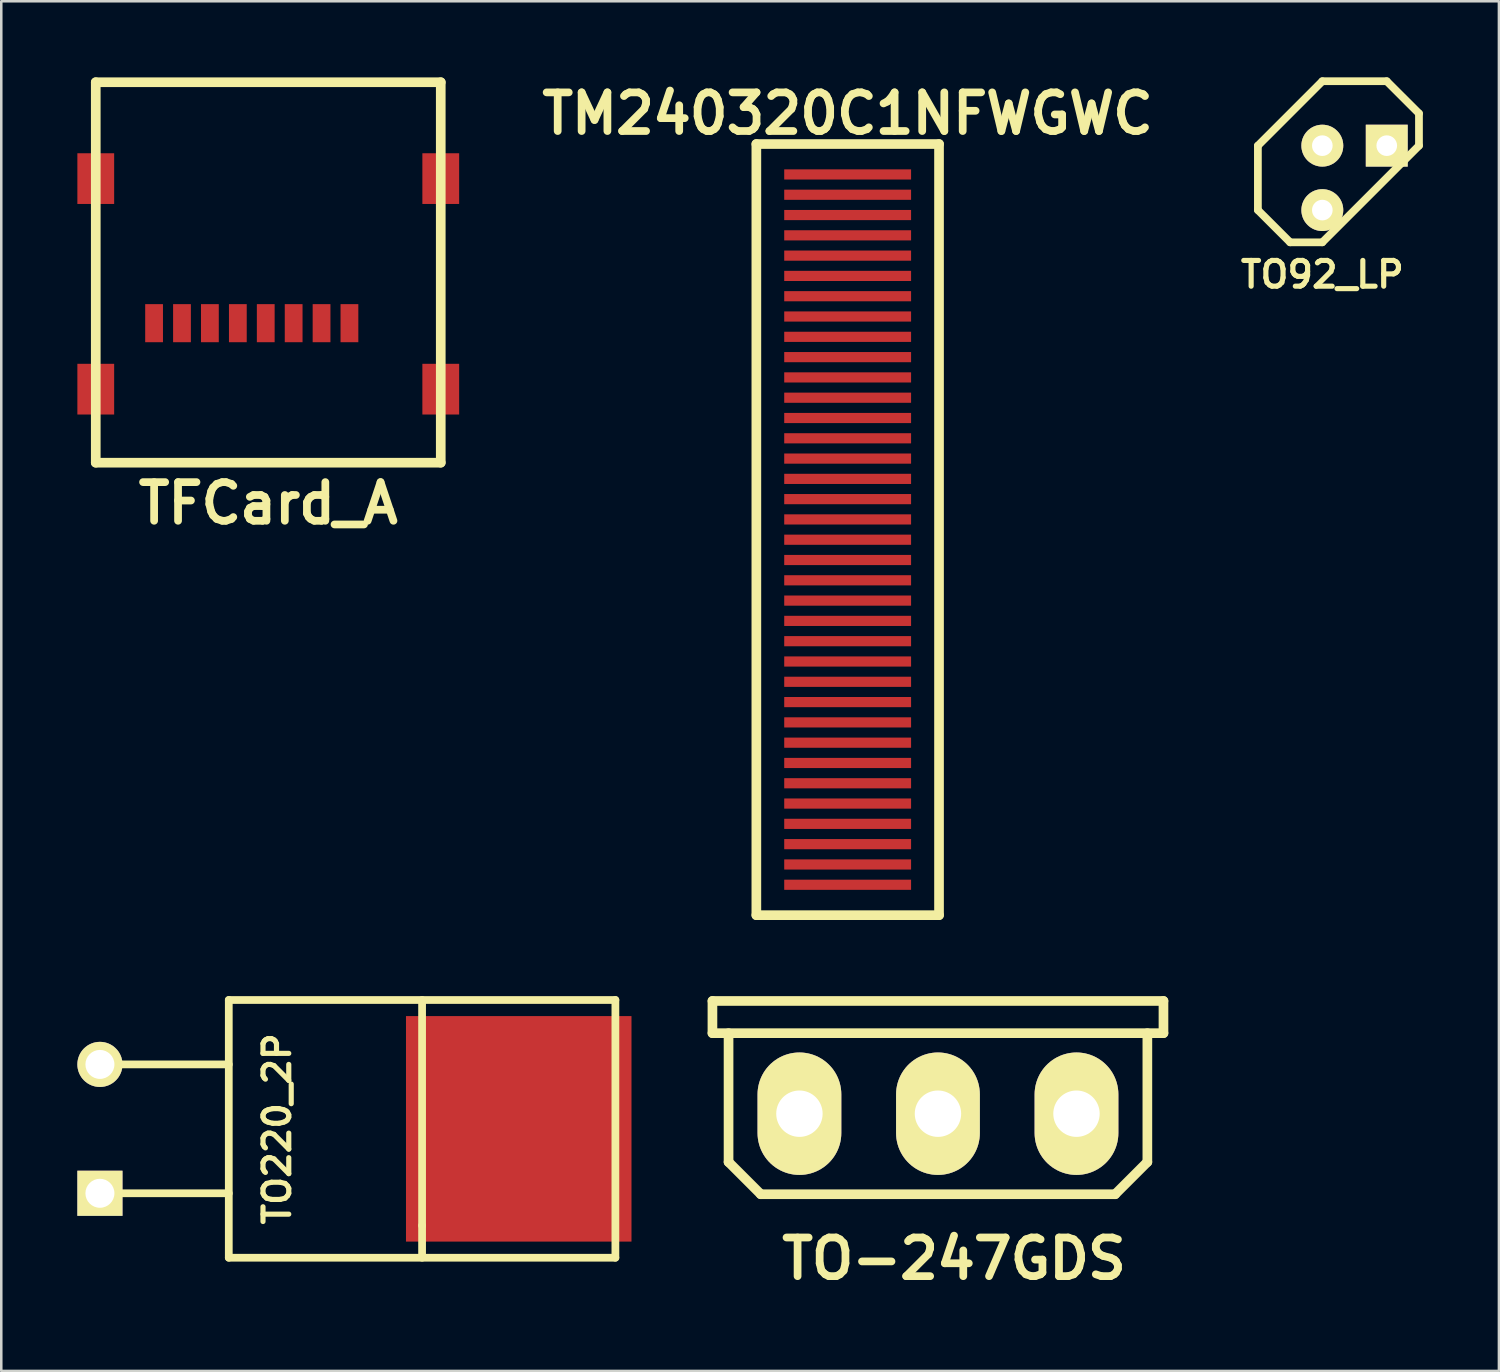
<source format=kicad_pcb>
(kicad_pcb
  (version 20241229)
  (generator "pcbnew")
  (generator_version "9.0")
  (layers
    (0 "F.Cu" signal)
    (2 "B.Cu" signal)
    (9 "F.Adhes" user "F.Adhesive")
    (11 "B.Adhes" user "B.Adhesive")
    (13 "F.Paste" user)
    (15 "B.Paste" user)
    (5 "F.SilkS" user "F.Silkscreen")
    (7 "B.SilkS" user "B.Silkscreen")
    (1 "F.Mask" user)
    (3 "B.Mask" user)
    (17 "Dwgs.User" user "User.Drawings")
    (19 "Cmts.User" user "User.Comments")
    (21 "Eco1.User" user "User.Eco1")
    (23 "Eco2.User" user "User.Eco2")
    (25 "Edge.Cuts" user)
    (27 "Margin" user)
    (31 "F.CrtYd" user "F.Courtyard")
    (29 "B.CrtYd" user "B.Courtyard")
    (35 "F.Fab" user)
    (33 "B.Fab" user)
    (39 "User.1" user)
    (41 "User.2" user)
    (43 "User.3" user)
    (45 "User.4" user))
  (footprint "TO92_LP"
    (layer "F.Cu")
    (at 50.347 3.962)
    (property "Reference" "TO92_LP" (at -1.27 3.81 0) (layer "F.SilkS") (effects (font (size 1.016 1.016) (thickness 0.203))))
    (attr through_hole)
    (fp_line (start -3.81 -1.27) (end -3.81 1.27) (stroke (width 0.305) (type solid)) (layer "F.SilkS"))
    (fp_line (start -3.81 1.27) (end -2.54 2.54) (stroke (width 0.305) (type solid)) (layer "F.SilkS"))
    (fp_line (start -2.54 2.54) (end -1.27 2.54) (stroke (width 0.305) (type solid)) (layer "F.SilkS"))
    (fp_line (start -1.27 -3.81) (end -3.81 -1.27) (stroke (width 0.305) (type solid)) (layer "F.SilkS"))
    (fp_line (start -1.27 2.54) (end 2.54 -1.27) (stroke (width 0.305) (type solid)) (layer "F.SilkS"))
    (fp_line (start 1.27 -3.81) (end -1.27 -3.81) (stroke (width 0.305) (type solid)) (layer "F.SilkS"))
    (fp_line (start 2.54 -2.54) (end 1.27 -3.81) (stroke (width 0.305) (type solid)) (layer "F.SilkS"))
    (fp_line (start 2.54 -1.27) (end 2.54 -2.54) (stroke (width 0.305) (type solid)) (layer "F.SilkS"))
    (pad "1" thru_hole rect (at 1.27 -1.27) (size 1.651 1.651) (drill 0.813) (layers "*.Cu" "*.Mask" "F.SilkS"))
    (pad "2" thru_hole circle (at -1.27 -1.27) (size 1.651 1.651) (drill 0.813) (layers "*.Cu" "*.Mask" "F.SilkS"))
    (pad "3" thru_hole circle (at -1.27 1.27) (size 1.651 1.651) (drill 0.813) (layers "*.Cu" "*.Mask" "F.SilkS")))
  (footprint "TO-247GDS"
    (layer "F.Cu")
    (at 33.925 40.853)
    (property "Reference" "TO-247GDS" (at 0.635 5.715 0) (layer "F.SilkS") (effects (font (size 1.524 1.524) (thickness 0.305))))
    (attr through_hole)
    (fp_line (start -8.89 -4.445) (end 8.89 -4.445) (stroke (width 0.381) (type solid)) (layer "F.SilkS"))
    (fp_line (start -8.89 -3.175) (end -8.89 -4.445) (stroke (width 0.381) (type solid)) (layer "F.SilkS"))
    (fp_line (start -8.89 -3.175) (end 8.89 -3.175) (stroke (width 0.381) (type solid)) (layer "F.SilkS"))
    (fp_line (start -8.255 1.905) (end -8.255 -3.175) (stroke (width 0.381) (type solid)) (layer "F.SilkS"))
    (fp_line (start -6.985 3.175) (end -8.255 1.905) (stroke (width 0.381) (type solid)) (layer "F.SilkS"))
    (fp_line (start 6.985 3.175) (end -6.985 3.175) (stroke (width 0.381) (type solid)) (layer "F.SilkS"))
    (fp_line (start 8.255 -3.175) (end 8.255 1.905) (stroke (width 0.381) (type solid)) (layer "F.SilkS"))
    (fp_line (start 8.255 1.905) (end 6.985 3.175) (stroke (width 0.381) (type solid)) (layer "F.SilkS"))
    (fp_line (start 8.89 -4.445) (end 8.89 -3.175) (stroke (width 0.381) (type solid)) (layer "F.SilkS"))
    (pad "D" thru_hole oval (at 0 0) (size 3.302 4.826) (drill 1.829) (layers "*.Cu" "*.Mask" "F.SilkS"))
    (pad "G" thru_hole oval (at -5.461 0) (size 3.302 4.826) (drill 1.829) (layers "*.Cu" "*.Mask" "F.SilkS"))
    (pad "S" thru_hole oval (at 5.461 0) (size 3.302 4.826) (drill 1.829) (layers "*.Cu" "*.Mask" "F.SilkS")))
  (footprint "TFCard_A"
    (layer "F.Cu")
    (at 7.525 9.99)
    (property "Reference" "TFCard_A" (at 0 6.8 0) (layer "F.SilkS") (effects (font (size 1.524 1.524) (thickness 0.305))))
    (attr through_hole)
    (fp_line (start -6.8 -9.799) (end 6.8 -9.799) (stroke (width 0.381) (type solid)) (layer "F.SilkS"))
    (fp_line (start -6.8 5.199) (end -6.8 -9.799) (stroke (width 0.381) (type solid)) (layer "F.SilkS"))
    (fp_line (start 6.8 -9.799) (end 6.8 5.199) (stroke (width 0.381) (type solid)) (layer "F.SilkS"))
    (fp_line (start 6.8 5.199) (end -6.8 5.199) (stroke (width 0.381) (type solid)) (layer "F.SilkS"))
    (pad "1" smd rect (at 3.2 -0.3) (size 0.701 1.501) (layers "F.Cu" "F.Mask" "F.Paste"))
    (pad "2" smd rect (at 2.101 -0.3) (size 0.701 1.501) (layers "F.Cu" "F.Mask" "F.Paste"))
    (pad "3" smd rect (at 1.001 -0.3) (size 0.701 1.501) (layers "F.Cu" "F.Mask" "F.Paste"))
    (pad "4" smd rect (at -0.099 -0.3) (size 0.701 1.501) (layers "F.Cu" "F.Mask" "F.Paste"))
    (pad "5" smd rect (at -1.199 -0.3) (size 0.701 1.501) (layers "F.Cu" "F.Mask" "F.Paste"))
    (pad "6" smd rect (at -2.301 -0.3) (size 0.701 1.501) (layers "F.Cu" "F.Mask" "F.Paste"))
    (pad "7" smd rect (at -3.401 -0.3) (size 0.701 1.501) (layers "F.Cu" "F.Mask" "F.Paste"))
    (pad "8" smd rect (at -4.501 -0.3) (size 0.701 1.501) (layers "F.Cu" "F.Mask" "F.Paste"))
    (pad "A" smd rect (at -6.8 -5.999) (size 1.45 1.999) (layers "F.Cu" "F.Mask" "F.Paste"))
    (pad "A" smd rect (at -6.8 2.301) (size 1.45 1.999) (layers "F.Cu" "F.Mask" "F.Paste"))
    (pad "A" smd rect (at 6.8 -5.999) (size 1.45 1.999) (layers "F.Cu" "F.Mask" "F.Paste"))
    (pad "A" smd rect (at 6.8 2.301) (size 1.45 1.999) (layers "F.Cu" "F.Mask" "F.Paste")))
  (footprint "TM240320C1NFWGWC"
    (layer "F.Cu")
    (at 30.365 16.227)
    (property "Reference" "TM240320C1NFWGWC" (at 0 -14.801 0) (layer "F.SilkS") (effects (font (size 1.524 1.524) (thickness 0.305))))
    (attr through_hole)
    (fp_line (start -3.599 -13.599) (end 3.602 -13.599) (stroke (width 0.381) (type solid)) (layer "F.SilkS"))
    (fp_line (start -3.599 16.8) (end -3.599 -13.599) (stroke (width 0.381) (type solid)) (layer "F.SilkS"))
    (fp_line (start 3.602 -13.599) (end 3.602 16.8) (stroke (width 0.381) (type solid)) (layer "F.SilkS"))
    (fp_line (start 3.602 16.8) (end -3.599 16.8) (stroke (width 0.381) (type solid)) (layer "F.SilkS"))
    (pad "1" smd rect (at 0 -12.4) (size 5.001 0.401) (layers "F.Cu" "F.Mask" "F.Paste"))
    (pad "2" smd rect (at 0 -11.6) (size 5.001 0.401) (layers "F.Cu" "F.Mask" "F.Paste"))
    (pad "3" smd rect (at 0 -10.8) (size 5.001 0.401) (layers "F.Cu" "F.Mask" "F.Paste"))
    (pad "4" smd rect (at 0 -10) (size 5.001 0.401) (layers "F.Cu" "F.Mask" "F.Paste"))
    (pad "5" smd rect (at 0 -9.2) (size 5.001 0.401) (layers "F.Cu" "F.Mask" "F.Paste"))
    (pad "6" smd rect (at 0 -8.4) (size 5.001 0.401) (layers "F.Cu" "F.Mask" "F.Paste"))
    (pad "7" smd rect (at 0 -7.6) (size 5.001 0.401) (layers "F.Cu" "F.Mask" "F.Paste"))
    (pad "8" smd rect (at 0 -6.8) (size 5.001 0.401) (layers "F.Cu" "F.Mask" "F.Paste"))
    (pad "9" smd rect (at 0 -5.999) (size 5.001 0.401) (layers "F.Cu" "F.Mask" "F.Paste"))
    (pad "10" smd rect (at 0 -5.199) (size 5.001 0.401) (layers "F.Cu" "F.Mask" "F.Paste"))
    (pad "11" smd rect (at 0 -4.399) (size 5.001 0.401) (layers "F.Cu" "F.Mask" "F.Paste"))
    (pad "12" smd rect (at 0 -3.599) (size 5.001 0.401) (layers "F.Cu" "F.Mask" "F.Paste"))
    (pad "13" smd rect (at 0 -2.799) (size 5.001 0.401) (layers "F.Cu" "F.Mask" "F.Paste"))
    (pad "14" smd rect (at 0 -1.999) (size 5.001 0.401) (layers "F.Cu" "F.Mask" "F.Paste"))
    (pad "15" smd rect (at 0 -1.199) (size 5.001 0.401) (layers "F.Cu" "F.Mask" "F.Paste"))
    (pad "16" smd rect (at 0 -0.399) (size 5.001 0.401) (layers "F.Cu" "F.Mask" "F.Paste"))
    (pad "17" smd rect (at 0 0.399) (size 5.001 0.401) (layers "F.Cu" "F.Mask" "F.Paste"))
    (pad "18" smd rect (at 0 1.199) (size 5.001 0.401) (layers "F.Cu" "F.Mask" "F.Paste"))
    (pad "19" smd rect (at 0 1.999) (size 5.001 0.401) (layers "F.Cu" "F.Mask" "F.Paste"))
    (pad "20" smd rect (at 0 2.799) (size 5.001 0.401) (layers "F.Cu" "F.Mask" "F.Paste"))
    (pad "21" smd rect (at 0 3.599) (size 5.001 0.401) (layers "F.Cu" "F.Mask" "F.Paste"))
    (pad "22" smd rect (at 0 4.399) (size 5.001 0.401) (layers "F.Cu" "F.Mask" "F.Paste"))
    (pad "23" smd rect (at 0 5.199) (size 5.001 0.401) (layers "F.Cu" "F.Mask" "F.Paste"))
    (pad "24" smd rect (at 0 5.999) (size 5.001 0.401) (layers "F.Cu" "F.Mask" "F.Paste"))
    (pad "25" smd rect (at 0 6.8) (size 5.001 0.401) (layers "F.Cu" "F.Mask" "F.Paste"))
    (pad "26" smd rect (at 0 7.6) (size 5.001 0.401) (layers "F.Cu" "F.Mask" "F.Paste"))
    (pad "27" smd rect (at 0 8.4) (size 5.001 0.401) (layers "F.Cu" "F.Mask" "F.Paste"))
    (pad "28" smd rect (at 0 9.2) (size 5.001 0.401) (layers "F.Cu" "F.Mask" "F.Paste"))
    (pad "29" smd rect (at 0 10) (size 5.001 0.401) (layers "F.Cu" "F.Mask" "F.Paste"))
    (pad "30" smd rect (at 0 10.8) (size 5.001 0.401) (layers "F.Cu" "F.Mask" "F.Paste"))
    (pad "31" smd rect (at 0 11.6) (size 5.001 0.401) (layers "F.Cu" "F.Mask" "F.Paste"))
    (pad "32" smd rect (at 0 12.4) (size 5.001 0.401) (layers "F.Cu" "F.Mask" "F.Paste"))
    (pad "33" smd rect (at 0 13.2) (size 5.001 0.401) (layers "F.Cu" "F.Mask" "F.Paste"))
    (pad "34" smd rect (at 0 14) (size 5.001 0.401) (layers "F.Cu" "F.Mask" "F.Paste"))
    (pad "35" smd rect (at 0 14.801) (size 5.001 0.401) (layers "F.Cu" "F.Mask" "F.Paste"))
    (pad "36" smd rect (at 0 15.601) (size 5.001 0.401) (layers "F.Cu" "F.Mask" "F.Paste")))
  (footprint "TO220_2P"
    (layer "F.Cu")
    (at 0.889 41.45)
    (property "Reference" "TO220_2P" (at 6.985 0 90) (layer "F.SilkS") (effects (font (size 1.016 1.016) (thickness 0.203))))
    (attr through_hole)
    (fp_line (start 0 -2.54) (end 5.08 -2.54) (stroke (width 0.305) (type solid)) (layer "F.SilkS"))
    (fp_line (start 0 2.54) (end 5.08 2.54) (stroke (width 0.305) (type solid)) (layer "F.SilkS"))
    (fp_line (start 5.08 -5.08) (end 5.08 5.08) (stroke (width 0.305) (type solid)) (layer "F.SilkS"))
    (fp_line (start 5.08 5.08) (end 20.32 5.08) (stroke (width 0.305) (type solid)) (layer "F.SilkS"))
    (fp_line (start 12.7 3.81) (end 12.7 -5.08) (stroke (width 0.305) (type solid)) (layer "F.SilkS"))
    (fp_line (start 12.7 3.81) (end 12.7 5.08) (stroke (width 0.305) (type solid)) (layer "F.SilkS"))
    (fp_line (start 20.32 -5.08) (end 5.08 -5.08) (stroke (width 0.305) (type solid)) (layer "F.SilkS"))
    (fp_line (start 20.32 5.08) (end 20.32 -5.08) (stroke (width 0.305) (type solid)) (layer "F.SilkS"))
    (pad "1" thru_hole rect (at 0 2.54) (size 1.778 1.778) (drill 1.143) (layers "*.Cu" "*.Mask" "F.SilkS"))
    (pad "2" thru_hole circle (at 0 -2.54) (size 1.778 1.778) (drill 1.143) (layers "*.Cu" "*.Mask" "F.SilkS"))
    (pad "4" smd rect (at 16.51 0) (size 8.89 8.89) (layers "F.Cu" "F.Mask" "F.Paste")))
  (gr_rect
    (start -3 -3)
    (end 56.039 50.994)
    (stroke (width 0.1) (type default))
    (fill no)
    (layer "Edge.Cuts")))
</source>
